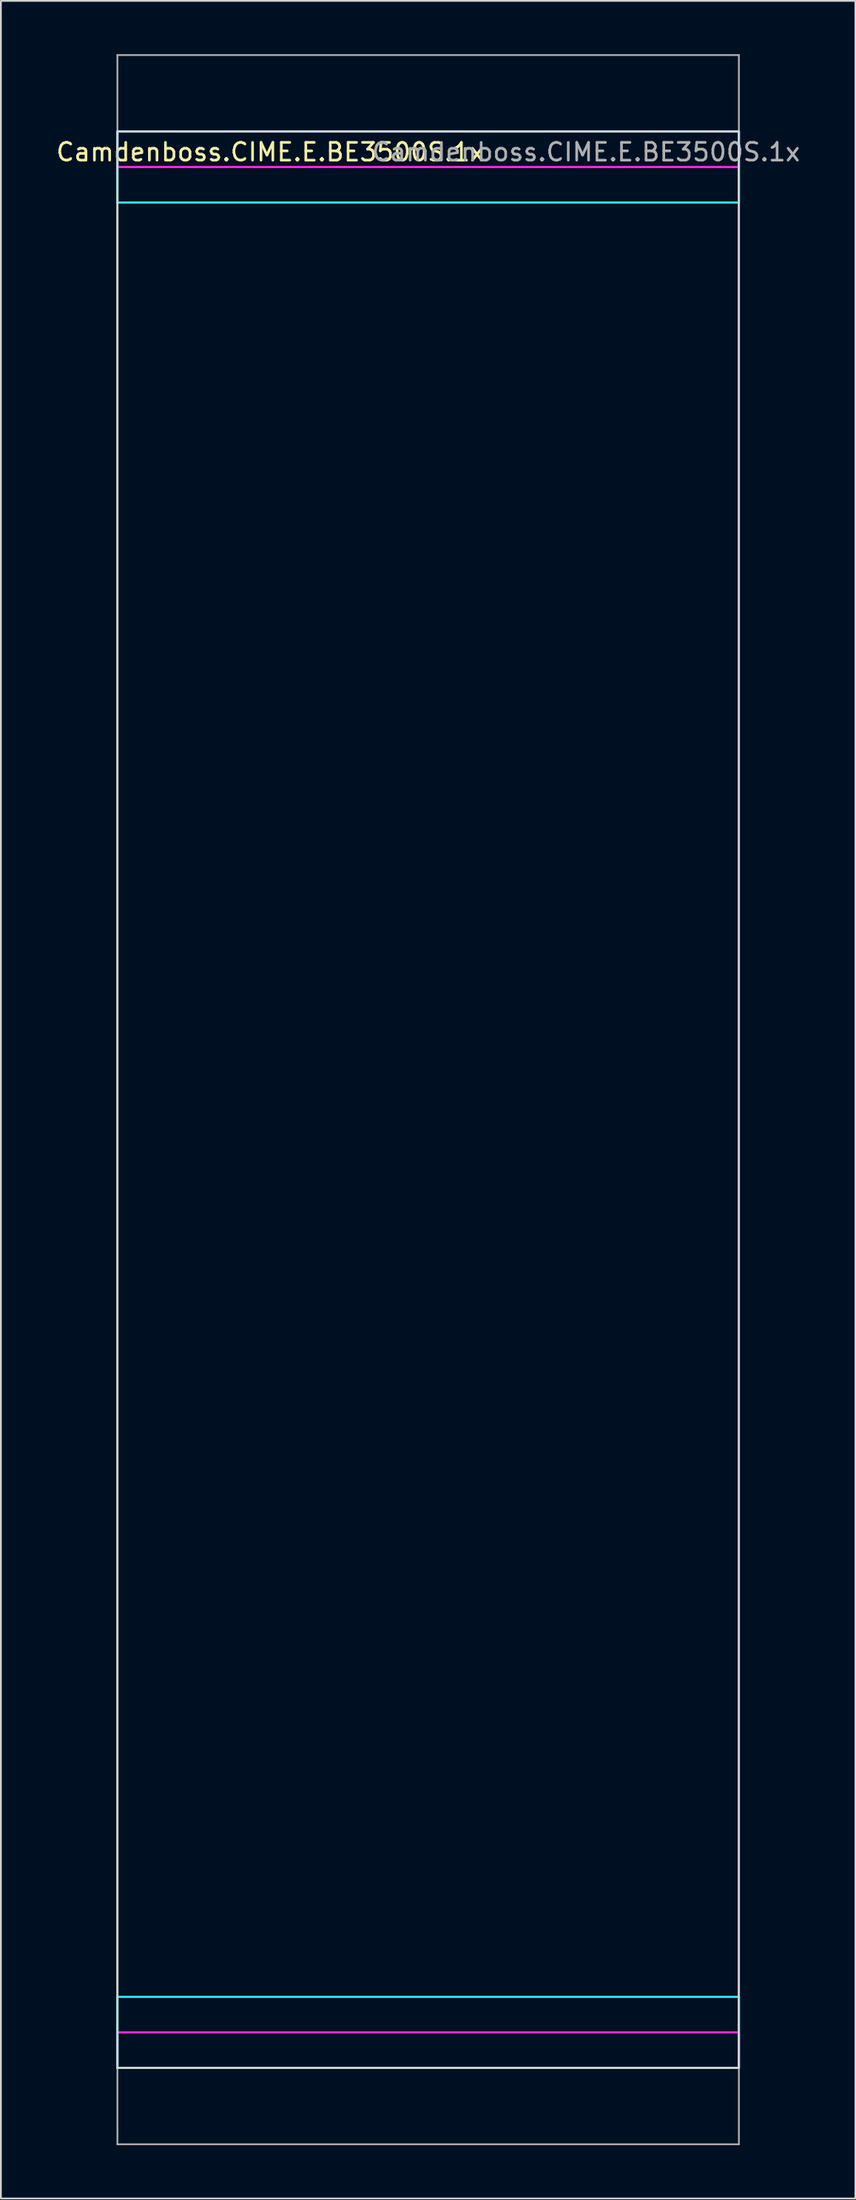
<source format=kicad_pcb>
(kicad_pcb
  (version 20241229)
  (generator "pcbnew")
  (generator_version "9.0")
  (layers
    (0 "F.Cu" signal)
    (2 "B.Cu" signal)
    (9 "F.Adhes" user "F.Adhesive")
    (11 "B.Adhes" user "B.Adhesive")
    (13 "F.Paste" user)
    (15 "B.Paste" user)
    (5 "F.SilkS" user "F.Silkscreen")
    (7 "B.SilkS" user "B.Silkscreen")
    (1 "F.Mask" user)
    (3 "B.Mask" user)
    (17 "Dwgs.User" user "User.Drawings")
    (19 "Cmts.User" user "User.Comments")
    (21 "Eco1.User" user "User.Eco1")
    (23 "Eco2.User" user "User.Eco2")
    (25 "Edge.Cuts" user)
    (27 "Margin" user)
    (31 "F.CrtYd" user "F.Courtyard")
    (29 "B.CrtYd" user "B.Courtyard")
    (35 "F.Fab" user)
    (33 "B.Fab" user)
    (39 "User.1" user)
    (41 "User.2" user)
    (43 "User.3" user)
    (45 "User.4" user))
  (footprint "Camdenboss.CIME.E.BE3500S.1x"
    (layer "F.Cu")
    (at 21.063 58.85)
    (property "Reference" "Camdenboss.CIME.E.BE3500S.1x" (at -8.89 -53.34 0) (unlocked yes) (layer "F.SilkS") (effects (font (size 1 1) (thickness 0.15))))
    (fp_line (start -17.5 -54.5) (end 17.5 -54.5) (stroke (width 0.12) (type solid)) (layer "Edge.Cuts"))
    (fp_line (start -17.5 54.5) (end -17.5 -54.5) (stroke (width 0.12) (type solid)) (layer "Edge.Cuts"))
    (fp_line (start 17.5 -54.5) (end 17.5 54.5) (stroke (width 0.12) (type solid)) (layer "Edge.Cuts"))
    (fp_line (start 17.5 54.5) (end -17.5 54.5) (stroke (width 0.12) (type solid)) (layer "Edge.Cuts"))
    (fp_line (start -17.5 -54.5) (end 17.5 -54.5) (stroke (width 0.12) (type solid)) (layer "B.CrtYd"))
    (fp_line (start -17.5 -50.5) (end -17.5 -54.5) (stroke (width 0.12) (type solid)) (layer "B.CrtYd"))
    (fp_line (start -17.5 50.5) (end 17.5 50.5) (stroke (width 0.12) (type solid)) (layer "B.CrtYd"))
    (fp_line (start -17.5 54.5) (end -17.5 50.5) (stroke (width 0.12) (type solid)) (layer "B.CrtYd"))
    (fp_line (start 17.5 -54.5) (end 17.5 -50.5) (stroke (width 0.12) (type solid)) (layer "B.CrtYd"))
    (fp_line (start 17.5 -50.5) (end -17.5 -50.5) (stroke (width 0.12) (type solid)) (layer "B.CrtYd"))
    (fp_line (start 17.5 50.5) (end 17.5 54.5) (stroke (width 0.12) (type solid)) (layer "B.CrtYd"))
    (fp_line (start 17.5 54.5) (end -17.5 54.5) (stroke (width 0.12) (type solid)) (layer "B.CrtYd"))
    (fp_line (start -17.5 -54.5) (end 17.5 -54.5) (stroke (width 0.12) (type solid)) (layer "F.CrtYd"))
    (fp_line (start -17.5 -52.5) (end -17.5 -54.5) (stroke (width 0.12) (type solid)) (layer "F.CrtYd"))
    (fp_line (start -17.5 52.5) (end 17.5 52.5) (stroke (width 0.12) (type solid)) (layer "F.CrtYd"))
    (fp_line (start -17.5 54.5) (end -17.5 52.5) (stroke (width 0.12) (type solid)) (layer "F.CrtYd"))
    (fp_line (start 17.5 -54.5) (end 17.5 -52.5) (stroke (width 0.12) (type solid)) (layer "F.CrtYd"))
    (fp_line (start 17.5 -52.5) (end -17.5 -52.5) (stroke (width 0.12) (type solid)) (layer "F.CrtYd"))
    (fp_line (start 17.5 52.5) (end 17.5 54.5) (stroke (width 0.12) (type solid)) (layer "F.CrtYd"))
    (fp_line (start 17.5 54.5) (end -17.5 54.5) (stroke (width 0.12) (type solid)) (layer "F.CrtYd"))
    (fp_line (start -17.5 -58.8) (end -17.5 -54.5) (stroke (width 0.1) (type solid)) (layer "F.Fab"))
    (fp_line (start -17.5 -58.8) (end 17.5 -58.8) (stroke (width 0.1) (type solid)) (layer "F.Fab"))
    (fp_line (start -17.5 -54.5) (end -17.5 54.5) (stroke (width 0.1) (type solid)) (layer "F.Fab"))
    (fp_line (start -17.5 54.5) (end 17.5 54.5) (stroke (width 0.1) (type solid)) (layer "F.Fab"))
    (fp_line (start -17.5 58.8) (end -17.5 54.5) (stroke (width 0.1) (type solid)) (layer "F.Fab"))
    (fp_line (start -17.5 58.8) (end 17.5 58.8) (stroke (width 0.1) (type solid)) (layer "F.Fab"))
    (fp_line (start 17.5 -58.8) (end 17.5 -54.5) (stroke (width 0.1) (type solid)) (layer "F.Fab"))
    (fp_line (start 17.5 -54.5) (end -17.5 -54.5) (stroke (width 0.1) (type solid)) (layer "F.Fab"))
    (fp_line (start 17.5 54.5) (end 17.5 -54.5) (stroke (width 0.1) (type solid)) (layer "F.Fab"))
    (fp_line (start 17.5 58.8) (end 17.5 54.5) (stroke (width 0.1) (type solid)) (layer "F.Fab"))
    (fp_text user "${REFERENCE}" (at 8.89 -53.34 0) (unlocked yes) (layer "F.Fab") (effects (font (size 1 1) (thickness 0.15)))))
  (gr_rect
    (start -3 -3)
    (end 45.125 120.7)
    (stroke (width 0.1) (type default))
    (fill no)
    (layer "Edge.Cuts")))
</source>
